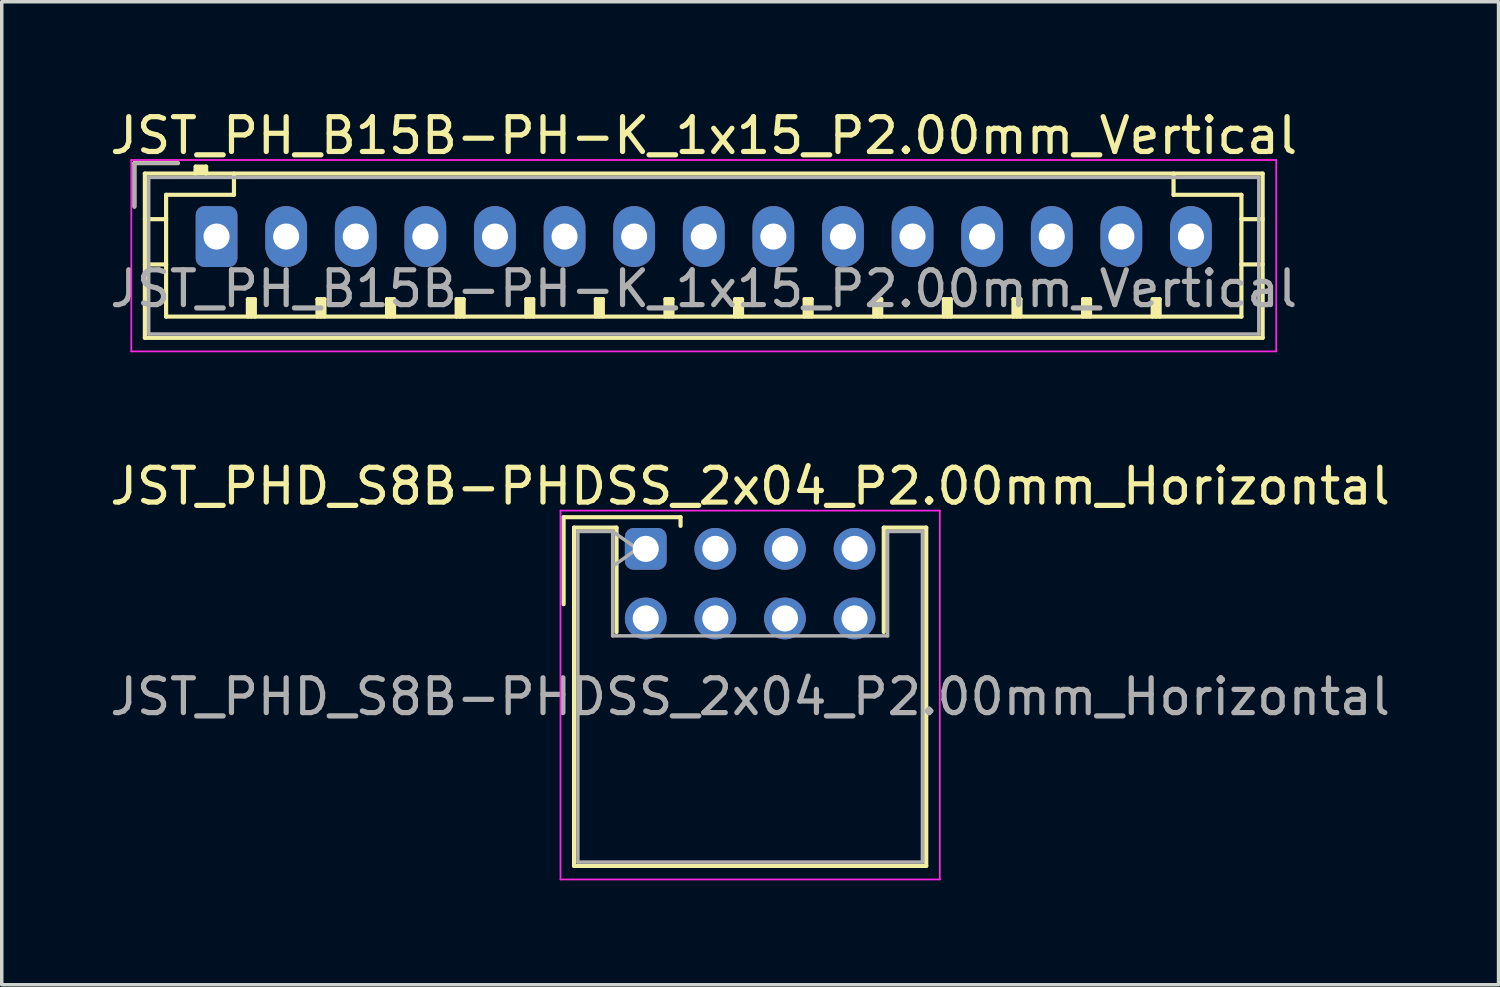
<source format=kicad_pcb>
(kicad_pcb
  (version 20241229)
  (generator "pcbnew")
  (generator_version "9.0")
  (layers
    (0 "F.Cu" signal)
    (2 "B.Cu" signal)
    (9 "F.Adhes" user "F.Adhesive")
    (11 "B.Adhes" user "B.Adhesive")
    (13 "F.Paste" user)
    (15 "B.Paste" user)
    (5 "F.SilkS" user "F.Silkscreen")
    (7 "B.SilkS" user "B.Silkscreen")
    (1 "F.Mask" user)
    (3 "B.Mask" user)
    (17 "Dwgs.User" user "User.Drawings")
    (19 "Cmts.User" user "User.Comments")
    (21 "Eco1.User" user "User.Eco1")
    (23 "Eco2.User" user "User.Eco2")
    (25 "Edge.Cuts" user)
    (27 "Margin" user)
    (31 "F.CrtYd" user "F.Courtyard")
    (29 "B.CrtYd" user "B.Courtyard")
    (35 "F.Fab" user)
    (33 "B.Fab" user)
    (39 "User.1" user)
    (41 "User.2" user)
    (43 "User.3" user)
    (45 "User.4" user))
  (footprint "JST_PH_B15B-PH-K_1x15_P2.00mm_Vertical"
    (layer "F.Cu")
    (at 3.173 3.748)
    (property "Reference" "JST_PH_B15B-PH-K_1x15_P2.00mm_Vertical" (at 14 -2.9 0) (layer "F.SilkS") (effects (font (size 1 1) (thickness 0.15))))
    (attr through_hole)
    (fp_line (start -2.36 -2.11) (end -2.36 -0.86) (stroke (width 0.12) (type solid)) (layer "F.SilkS"))
    (fp_line (start -2.06 -1.81) (end -2.06 2.91) (stroke (width 0.12) (type solid)) (layer "F.SilkS"))
    (fp_line (start -2.06 -0.5) (end -1.45 -0.5) (stroke (width 0.12) (type solid)) (layer "F.SilkS"))
    (fp_line (start -2.06 0.8) (end -1.45 0.8) (stroke (width 0.12) (type solid)) (layer "F.SilkS"))
    (fp_line (start -2.06 2.91) (end 30.06 2.91) (stroke (width 0.12) (type solid)) (layer "F.SilkS"))
    (fp_line (start -1.45 -1.2) (end -1.45 2.3) (stroke (width 0.12) (type solid)) (layer "F.SilkS"))
    (fp_line (start -1.45 2.3) (end 29.45 2.3) (stroke (width 0.12) (type solid)) (layer "F.SilkS"))
    (fp_line (start -1.11 -2.11) (end -2.36 -2.11) (stroke (width 0.12) (type solid)) (layer "F.SilkS"))
    (fp_line (start -0.6 -2.01) (end -0.6 -1.81) (stroke (width 0.12) (type solid)) (layer "F.SilkS"))
    (fp_line (start -0.3 -2.01) (end -0.6 -2.01) (stroke (width 0.12) (type solid)) (layer "F.SilkS"))
    (fp_line (start -0.3 -1.91) (end -0.6 -1.91) (stroke (width 0.12) (type solid)) (layer "F.SilkS"))
    (fp_line (start -0.3 -1.81) (end -0.3 -2.01) (stroke (width 0.12) (type solid)) (layer "F.SilkS"))
    (fp_line (start 0.5 -1.81) (end 0.5 -1.2) (stroke (width 0.12) (type solid)) (layer "F.SilkS"))
    (fp_line (start 0.5 -1.2) (end -1.45 -1.2) (stroke (width 0.12) (type solid)) (layer "F.SilkS"))
    (fp_line (start 0.9 1.8) (end 1.1 1.8) (stroke (width 0.12) (type solid)) (layer "F.SilkS"))
    (fp_line (start 0.9 2.3) (end 0.9 1.8) (stroke (width 0.12) (type solid)) (layer "F.SilkS"))
    (fp_line (start 1 2.3) (end 1 1.8) (stroke (width 0.12) (type solid)) (layer "F.SilkS"))
    (fp_line (start 1.1 1.8) (end 1.1 2.3) (stroke (width 0.12) (type solid)) (layer "F.SilkS"))
    (fp_line (start 2.9 1.8) (end 3.1 1.8) (stroke (width 0.12) (type solid)) (layer "F.SilkS"))
    (fp_line (start 2.9 2.3) (end 2.9 1.8) (stroke (width 0.12) (type solid)) (layer "F.SilkS"))
    (fp_line (start 3 2.3) (end 3 1.8) (stroke (width 0.12) (type solid)) (layer "F.SilkS"))
    (fp_line (start 3.1 1.8) (end 3.1 2.3) (stroke (width 0.12) (type solid)) (layer "F.SilkS"))
    (fp_line (start 4.9 1.8) (end 5.1 1.8) (stroke (width 0.12) (type solid)) (layer "F.SilkS"))
    (fp_line (start 4.9 2.3) (end 4.9 1.8) (stroke (width 0.12) (type solid)) (layer "F.SilkS"))
    (fp_line (start 5 2.3) (end 5 1.8) (stroke (width 0.12) (type solid)) (layer "F.SilkS"))
    (fp_line (start 5.1 1.8) (end 5.1 2.3) (stroke (width 0.12) (type solid)) (layer "F.SilkS"))
    (fp_line (start 6.9 1.8) (end 7.1 1.8) (stroke (width 0.12) (type solid)) (layer "F.SilkS"))
    (fp_line (start 6.9 2.3) (end 6.9 1.8) (stroke (width 0.12) (type solid)) (layer "F.SilkS"))
    (fp_line (start 7 2.3) (end 7 1.8) (stroke (width 0.12) (type solid)) (layer "F.SilkS"))
    (fp_line (start 7.1 1.8) (end 7.1 2.3) (stroke (width 0.12) (type solid)) (layer "F.SilkS"))
    (fp_line (start 8.9 1.8) (end 9.1 1.8) (stroke (width 0.12) (type solid)) (layer "F.SilkS"))
    (fp_line (start 8.9 2.3) (end 8.9 1.8) (stroke (width 0.12) (type solid)) (layer "F.SilkS"))
    (fp_line (start 9 2.3) (end 9 1.8) (stroke (width 0.12) (type solid)) (layer "F.SilkS"))
    (fp_line (start 9.1 1.8) (end 9.1 2.3) (stroke (width 0.12) (type solid)) (layer "F.SilkS"))
    (fp_line (start 10.9 1.8) (end 11.1 1.8) (stroke (width 0.12) (type solid)) (layer "F.SilkS"))
    (fp_line (start 10.9 2.3) (end 10.9 1.8) (stroke (width 0.12) (type solid)) (layer "F.SilkS"))
    (fp_line (start 11 2.3) (end 11 1.8) (stroke (width 0.12) (type solid)) (layer "F.SilkS"))
    (fp_line (start 11.1 1.8) (end 11.1 2.3) (stroke (width 0.12) (type solid)) (layer "F.SilkS"))
    (fp_line (start 12.9 1.8) (end 13.1 1.8) (stroke (width 0.12) (type solid)) (layer "F.SilkS"))
    (fp_line (start 12.9 2.3) (end 12.9 1.8) (stroke (width 0.12) (type solid)) (layer "F.SilkS"))
    (fp_line (start 13 2.3) (end 13 1.8) (stroke (width 0.12) (type solid)) (layer "F.SilkS"))
    (fp_line (start 13.1 1.8) (end 13.1 2.3) (stroke (width 0.12) (type solid)) (layer "F.SilkS"))
    (fp_line (start 14.9 1.8) (end 15.1 1.8) (stroke (width 0.12) (type solid)) (layer "F.SilkS"))
    (fp_line (start 14.9 2.3) (end 14.9 1.8) (stroke (width 0.12) (type solid)) (layer "F.SilkS"))
    (fp_line (start 15 2.3) (end 15 1.8) (stroke (width 0.12) (type solid)) (layer "F.SilkS"))
    (fp_line (start 15.1 1.8) (end 15.1 2.3) (stroke (width 0.12) (type solid)) (layer "F.SilkS"))
    (fp_line (start 16.9 1.8) (end 17.1 1.8) (stroke (width 0.12) (type solid)) (layer "F.SilkS"))
    (fp_line (start 16.9 2.3) (end 16.9 1.8) (stroke (width 0.12) (type solid)) (layer "F.SilkS"))
    (fp_line (start 17 2.3) (end 17 1.8) (stroke (width 0.12) (type solid)) (layer "F.SilkS"))
    (fp_line (start 17.1 1.8) (end 17.1 2.3) (stroke (width 0.12) (type solid)) (layer "F.SilkS"))
    (fp_line (start 18.9 1.8) (end 19.1 1.8) (stroke (width 0.12) (type solid)) (layer "F.SilkS"))
    (fp_line (start 18.9 2.3) (end 18.9 1.8) (stroke (width 0.12) (type solid)) (layer "F.SilkS"))
    (fp_line (start 19 2.3) (end 19 1.8) (stroke (width 0.12) (type solid)) (layer "F.SilkS"))
    (fp_line (start 19.1 1.8) (end 19.1 2.3) (stroke (width 0.12) (type solid)) (layer "F.SilkS"))
    (fp_line (start 20.9 1.8) (end 21.1 1.8) (stroke (width 0.12) (type solid)) (layer "F.SilkS"))
    (fp_line (start 20.9 2.3) (end 20.9 1.8) (stroke (width 0.12) (type solid)) (layer "F.SilkS"))
    (fp_line (start 21 2.3) (end 21 1.8) (stroke (width 0.12) (type solid)) (layer "F.SilkS"))
    (fp_line (start 21.1 1.8) (end 21.1 2.3) (stroke (width 0.12) (type solid)) (layer "F.SilkS"))
    (fp_line (start 22.9 1.8) (end 23.1 1.8) (stroke (width 0.12) (type solid)) (layer "F.SilkS"))
    (fp_line (start 22.9 2.3) (end 22.9 1.8) (stroke (width 0.12) (type solid)) (layer "F.SilkS"))
    (fp_line (start 23 2.3) (end 23 1.8) (stroke (width 0.12) (type solid)) (layer "F.SilkS"))
    (fp_line (start 23.1 1.8) (end 23.1 2.3) (stroke (width 0.12) (type solid)) (layer "F.SilkS"))
    (fp_line (start 24.9 1.8) (end 25.1 1.8) (stroke (width 0.12) (type solid)) (layer "F.SilkS"))
    (fp_line (start 24.9 2.3) (end 24.9 1.8) (stroke (width 0.12) (type solid)) (layer "F.SilkS"))
    (fp_line (start 25 2.3) (end 25 1.8) (stroke (width 0.12) (type solid)) (layer "F.SilkS"))
    (fp_line (start 25.1 1.8) (end 25.1 2.3) (stroke (width 0.12) (type solid)) (layer "F.SilkS"))
    (fp_line (start 26.9 1.8) (end 27.1 1.8) (stroke (width 0.12) (type solid)) (layer "F.SilkS"))
    (fp_line (start 26.9 2.3) (end 26.9 1.8) (stroke (width 0.12) (type solid)) (layer "F.SilkS"))
    (fp_line (start 27 2.3) (end 27 1.8) (stroke (width 0.12) (type solid)) (layer "F.SilkS"))
    (fp_line (start 27.1 1.8) (end 27.1 2.3) (stroke (width 0.12) (type solid)) (layer "F.SilkS"))
    (fp_line (start 27.5 -1.2) (end 27.5 -1.81) (stroke (width 0.12) (type solid)) (layer "F.SilkS"))
    (fp_line (start 29.45 -1.2) (end 27.5 -1.2) (stroke (width 0.12) (type solid)) (layer "F.SilkS"))
    (fp_line (start 29.45 2.3) (end 29.45 -1.2) (stroke (width 0.12) (type solid)) (layer "F.SilkS"))
    (fp_line (start 30.06 -1.81) (end -2.06 -1.81) (stroke (width 0.12) (type solid)) (layer "F.SilkS"))
    (fp_line (start 30.06 -0.5) (end 29.45 -0.5) (stroke (width 0.12) (type solid)) (layer "F.SilkS"))
    (fp_line (start 30.06 0.8) (end 29.45 0.8) (stroke (width 0.12) (type solid)) (layer "F.SilkS"))
    (fp_line (start 30.06 2.91) (end 30.06 -1.81) (stroke (width 0.12) (type solid)) (layer "F.SilkS"))
    (fp_line (start -2.45 -2.2) (end -2.45 3.3) (stroke (width 0.05) (type solid)) (layer "F.CrtYd"))
    (fp_line (start -2.45 3.3) (end 30.45 3.3) (stroke (width 0.05) (type solid)) (layer "F.CrtYd"))
    (fp_line (start 30.45 -2.2) (end -2.45 -2.2) (stroke (width 0.05) (type solid)) (layer "F.CrtYd"))
    (fp_line (start 30.45 3.3) (end 30.45 -2.2) (stroke (width 0.05) (type solid)) (layer "F.CrtYd"))
    (fp_line (start -2.36 -2.11) (end -2.36 -0.86) (stroke (width 0.1) (type solid)) (layer "F.Fab"))
    (fp_line (start -1.95 -1.7) (end -1.95 2.8) (stroke (width 0.1) (type solid)) (layer "F.Fab"))
    (fp_line (start -1.95 2.8) (end 29.95 2.8) (stroke (width 0.1) (type solid)) (layer "F.Fab"))
    (fp_line (start -1.11 -2.11) (end -2.36 -2.11) (stroke (width 0.1) (type solid)) (layer "F.Fab"))
    (fp_line (start 29.95 -1.7) (end -1.95 -1.7) (stroke (width 0.1) (type solid)) (layer "F.Fab"))
    (fp_line (start 29.95 2.8) (end 29.95 -1.7) (stroke (width 0.1) (type solid)) (layer "F.Fab"))
    (fp_text user "${REFERENCE}" (at 14 1.5 0) (layer "F.Fab") (effects (font (size 1 1) (thickness 0.15))))
    (pad "1" thru_hole roundrect (at 0 0) (size 1.2 1.75) (drill 0.75) (layers "*.Cu" "*.Mask") (roundrect_rratio 0.208))
    (pad "2" thru_hole oval (at 2 0) (size 1.2 1.75) (drill 0.75) (layers "*.Cu" "*.Mask"))
    (pad "3" thru_hole oval (at 4 0) (size 1.2 1.75) (drill 0.75) (layers "*.Cu" "*.Mask"))
    (pad "4" thru_hole oval (at 6 0) (size 1.2 1.75) (drill 0.75) (layers "*.Cu" "*.Mask"))
    (pad "5" thru_hole oval (at 8 0) (size 1.2 1.75) (drill 0.75) (layers "*.Cu" "*.Mask"))
    (pad "6" thru_hole oval (at 10 0) (size 1.2 1.75) (drill 0.75) (layers "*.Cu" "*.Mask"))
    (pad "7" thru_hole oval (at 12 0) (size 1.2 1.75) (drill 0.75) (layers "*.Cu" "*.Mask"))
    (pad "8" thru_hole oval (at 14 0) (size 1.2 1.75) (drill 0.75) (layers "*.Cu" "*.Mask"))
    (pad "9" thru_hole oval (at 16 0) (size 1.2 1.75) (drill 0.75) (layers "*.Cu" "*.Mask"))
    (pad "10" thru_hole oval (at 18 0) (size 1.2 1.75) (drill 0.75) (layers "*.Cu" "*.Mask"))
    (pad "11" thru_hole oval (at 20 0) (size 1.2 1.75) (drill 0.75) (layers "*.Cu" "*.Mask"))
    (pad "12" thru_hole oval (at 22 0) (size 1.2 1.75) (drill 0.75) (layers "*.Cu" "*.Mask"))
    (pad "13" thru_hole oval (at 24 0) (size 1.2 1.75) (drill 0.75) (layers "*.Cu" "*.Mask"))
    (pad "14" thru_hole oval (at 26 0) (size 1.2 1.75) (drill 0.75) (layers "*.Cu" "*.Mask"))
    (pad "15" thru_hole oval (at 28 0) (size 1.2 1.75) (drill 0.75) (layers "*.Cu" "*.Mask")))
  (footprint "JST_PHD_S8B-PHDSS_2x04_P2.00mm_Horizontal"
    (layer "F.Cu")
    (at 15.506 12.722)
    (property "Reference" "JST_PHD_S8B-PHDSS_2x04_P2.00mm_Horizontal" (at 3 -1.8 0) (layer "F.SilkS") (effects (font (size 1 1) (thickness 0.15))))
    (attr through_hole)
    (fp_line (start -2.36 -0.91) (end -2.36 1.59) (stroke (width 0.12) (type solid)) (layer "F.SilkS"))
    (fp_line (start -2.06 -0.61) (end -2.06 9.11) (stroke (width 0.12) (type solid)) (layer "F.SilkS"))
    (fp_line (start -2.06 9.11) (end 3 9.11) (stroke (width 0.12) (type solid)) (layer "F.SilkS"))
    (fp_line (start -0.84 -0.61) (end -2.06 -0.61) (stroke (width 0.12) (type solid)) (layer "F.SilkS"))
    (fp_line (start -0.84 2.39) (end -0.84 -0.61) (stroke (width 0.12) (type solid)) (layer "F.SilkS"))
    (fp_line (start 1 -0.91) (end -2.36 -0.91) (stroke (width 0.12) (type solid)) (layer "F.SilkS"))
    (fp_line (start 1 -0.66) (end 1 -0.91) (stroke (width 0.12) (type solid)) (layer "F.SilkS"))
    (fp_line (start 6.84 -0.61) (end 8.06 -0.61) (stroke (width 0.12) (type solid)) (layer "F.SilkS"))
    (fp_line (start 6.84 2.39) (end 6.84 -0.61) (stroke (width 0.12) (type solid)) (layer "F.SilkS"))
    (fp_line (start 8.06 -0.61) (end 8.06 9.11) (stroke (width 0.12) (type solid)) (layer "F.SilkS"))
    (fp_line (start 8.06 9.11) (end 3 9.11) (stroke (width 0.12) (type solid)) (layer "F.SilkS"))
    (fp_line (start -2.45 -1.1) (end -2.45 9.5) (stroke (width 0.05) (type solid)) (layer "F.CrtYd"))
    (fp_line (start -2.45 9.5) (end 8.45 9.5) (stroke (width 0.05) (type solid)) (layer "F.CrtYd"))
    (fp_line (start 8.45 -1.1) (end -2.45 -1.1) (stroke (width 0.05) (type solid)) (layer "F.CrtYd"))
    (fp_line (start 8.45 9.5) (end 8.45 -1.1) (stroke (width 0.05) (type solid)) (layer "F.CrtYd"))
    (fp_line (start -1.95 -0.5) (end -0.95 -0.5) (stroke (width 0.1) (type solid)) (layer "F.Fab"))
    (fp_line (start -1.95 9) (end -1.95 -0.5) (stroke (width 0.1) (type solid)) (layer "F.Fab"))
    (fp_line (start -0.95 -0.5) (end -0.95 2.5) (stroke (width 0.1) (type solid)) (layer "F.Fab"))
    (fp_line (start -0.95 -0.5) (end -0.243 0) (stroke (width 0.1) (type solid)) (layer "F.Fab"))
    (fp_line (start -0.95 2.5) (end 6.95 2.5) (stroke (width 0.1) (type solid)) (layer "F.Fab"))
    (fp_line (start -0.243 0) (end -0.95 0.5) (stroke (width 0.1) (type solid)) (layer "F.Fab"))
    (fp_line (start 6.95 -0.5) (end 7.95 -0.5) (stroke (width 0.1) (type solid)) (layer "F.Fab"))
    (fp_line (start 6.95 2.5) (end 6.95 -0.5) (stroke (width 0.1) (type solid)) (layer "F.Fab"))
    (fp_line (start 7.95 -0.5) (end 7.95 9) (stroke (width 0.1) (type solid)) (layer "F.Fab"))
    (fp_line (start 7.95 9) (end -1.95 9) (stroke (width 0.1) (type solid)) (layer "F.Fab"))
    (fp_text user "${REFERENCE}" (at 3 4.25 0) (layer "F.Fab") (effects (font (size 1 1) (thickness 0.15))))
    (pad "1" thru_hole roundrect (at 0 0) (size 1.2 1.2) (drill 0.75) (layers "*.Cu" "*.Mask") (roundrect_rratio 0.208))
    (pad "2" thru_hole circle (at 0 2) (size 1.2 1.2) (drill 0.75) (layers "*.Cu" "*.Mask"))
    (pad "3" thru_hole circle (at 2 0) (size 1.2 1.2) (drill 0.75) (layers "*.Cu" "*.Mask"))
    (pad "4" thru_hole circle (at 2 2) (size 1.2 1.2) (drill 0.75) (layers "*.Cu" "*.Mask"))
    (pad "5" thru_hole circle (at 4 0) (size 1.2 1.2) (drill 0.75) (layers "*.Cu" "*.Mask"))
    (pad "6" thru_hole circle (at 4 2) (size 1.2 1.2) (drill 0.75) (layers "*.Cu" "*.Mask"))
    (pad "7" thru_hole circle (at 6 0) (size 1.2 1.2) (drill 0.75) (layers "*.Cu" "*.Mask"))
    (pad "8" thru_hole circle (at 6 2) (size 1.2 1.2) (drill 0.75) (layers "*.Cu" "*.Mask")))
  (gr_rect
    (start -3 -3)
    (end 40.012 25.247)
    (stroke (width 0.1) (type default))
    (fill no)
    (layer "Edge.Cuts")))
</source>
